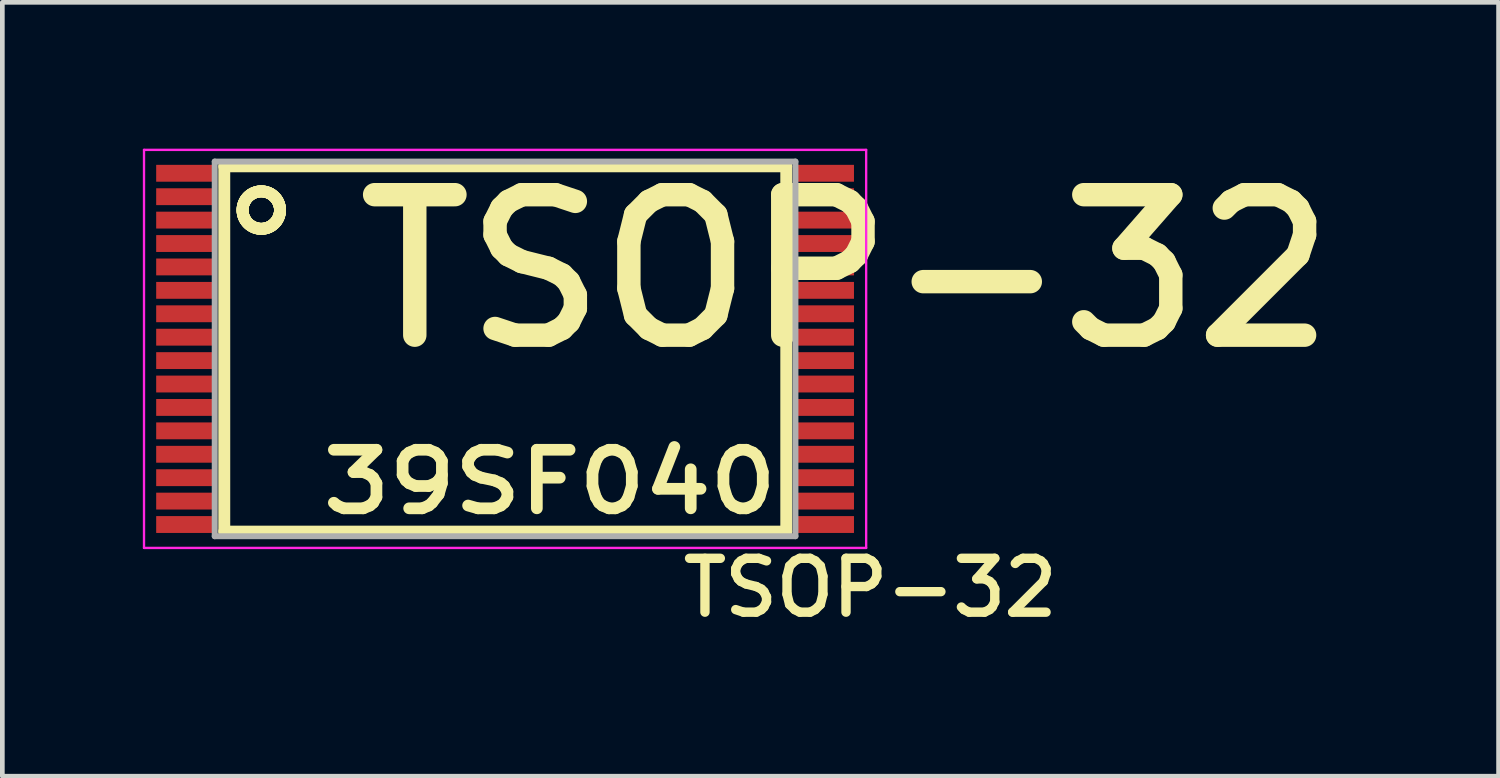
<source format=kicad_pcb>
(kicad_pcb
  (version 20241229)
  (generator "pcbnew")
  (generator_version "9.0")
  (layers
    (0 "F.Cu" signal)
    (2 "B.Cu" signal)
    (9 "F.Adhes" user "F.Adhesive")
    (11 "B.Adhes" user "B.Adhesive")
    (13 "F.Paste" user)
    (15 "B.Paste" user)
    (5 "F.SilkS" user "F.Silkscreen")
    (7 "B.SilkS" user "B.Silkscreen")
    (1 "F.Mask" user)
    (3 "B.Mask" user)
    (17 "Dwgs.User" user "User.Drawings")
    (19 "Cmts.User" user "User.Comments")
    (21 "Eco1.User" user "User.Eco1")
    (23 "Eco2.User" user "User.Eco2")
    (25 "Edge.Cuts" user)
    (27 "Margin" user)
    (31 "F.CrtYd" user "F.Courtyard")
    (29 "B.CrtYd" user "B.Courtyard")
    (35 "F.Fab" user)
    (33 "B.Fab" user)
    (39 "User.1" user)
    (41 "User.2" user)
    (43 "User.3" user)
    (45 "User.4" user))
  (footprint "TSOP-32"
    (layer "F.Cu")
    (at 7.735 4.4)
    (property "Reference" "TSOP-32" (at 7.8 5.1 0) (layer "F.SilkS") (effects (font (size 1.15 1.15) (thickness 0.2) (bold yes))))
    (property "Value" "TSOP-32" (at 5.397 5.08 0) (layer "F.Fab") (hide yes) (effects (font (size 1 1) (thickness 0.15))))
    (attr smd)
    (fp_line (start -5.996 3.901) (end -5.996 -3.899) (stroke (width 0.254) (type solid)) (layer "F.SilkS"))
    (fp_line (start -5.606 -2.97) (end -5.606 -2.983) (stroke (width 0.254) (type solid)) (layer "F.SilkS"))
    (fp_line (start -5.606 -2.958) (end -5.606 -2.97) (stroke (width 0.254) (type solid)) (layer "F.SilkS"))
    (fp_line (start -5.606 -2.983) (end -5.605 -2.996) (stroke (width 0.254) (type solid)) (layer "F.SilkS"))
    (fp_line (start -5.606 -2.945) (end -5.606 -2.958) (stroke (width 0.254) (type solid)) (layer "F.SilkS"))
    (fp_line (start -5.605 -2.996) (end -5.604 -3.008) (stroke (width 0.254) (type solid)) (layer "F.SilkS"))
    (fp_line (start -5.605 -2.933) (end -5.606 -2.945) (stroke (width 0.254) (type solid)) (layer "F.SilkS"))
    (fp_line (start -5.604 -3.008) (end -5.602 -3.021) (stroke (width 0.254) (type solid)) (layer "F.SilkS"))
    (fp_line (start -5.604 -2.92) (end -5.605 -2.933) (stroke (width 0.254) (type solid)) (layer "F.SilkS"))
    (fp_line (start -5.602 -3.021) (end -5.6 -3.033) (stroke (width 0.254) (type solid)) (layer "F.SilkS"))
    (fp_line (start -5.602 -2.908) (end -5.604 -2.92) (stroke (width 0.254) (type solid)) (layer "F.SilkS"))
    (fp_line (start -5.6 -3.033) (end -5.598 -3.046) (stroke (width 0.254) (type solid)) (layer "F.SilkS"))
    (fp_line (start -5.6 -2.895) (end -5.602 -2.908) (stroke (width 0.254) (type solid)) (layer "F.SilkS"))
    (fp_line (start -5.598 -3.046) (end -5.595 -3.058) (stroke (width 0.254) (type solid)) (layer "F.SilkS"))
    (fp_line (start -5.598 -2.883) (end -5.6 -2.895) (stroke (width 0.254) (type solid)) (layer "F.SilkS"))
    (fp_line (start -5.595 -3.058) (end -5.592 -3.07) (stroke (width 0.254) (type solid)) (layer "F.SilkS"))
    (fp_line (start -5.595 -2.87) (end -5.598 -2.883) (stroke (width 0.254) (type solid)) (layer "F.SilkS"))
    (fp_line (start -5.592 -3.07) (end -5.588 -3.082) (stroke (width 0.254) (type solid)) (layer "F.SilkS"))
    (fp_line (start -5.592 -2.858) (end -5.595 -2.87) (stroke (width 0.254) (type solid)) (layer "F.SilkS"))
    (fp_line (start -5.588 -3.082) (end -5.584 -3.094) (stroke (width 0.254) (type solid)) (layer "F.SilkS"))
    (fp_line (start -5.588 -2.846) (end -5.592 -2.858) (stroke (width 0.254) (type solid)) (layer "F.SilkS"))
    (fp_line (start -5.584 -3.094) (end -5.58 -3.106) (stroke (width 0.254) (type solid)) (layer "F.SilkS"))
    (fp_line (start -5.584 -2.834) (end -5.588 -2.846) (stroke (width 0.254) (type solid)) (layer "F.SilkS"))
    (fp_line (start -5.58 -3.106) (end -5.575 -3.118) (stroke (width 0.254) (type solid)) (layer "F.SilkS"))
    (fp_line (start -5.58 -2.822) (end -5.584 -2.834) (stroke (width 0.254) (type solid)) (layer "F.SilkS"))
    (fp_line (start -5.575 -3.118) (end -5.57 -3.13) (stroke (width 0.254) (type solid)) (layer "F.SilkS"))
    (fp_line (start -5.575 -2.81) (end -5.58 -2.822) (stroke (width 0.254) (type solid)) (layer "F.SilkS"))
    (fp_line (start -5.57 -3.13) (end -5.565 -3.141) (stroke (width 0.254) (type solid)) (layer "F.SilkS"))
    (fp_line (start -5.57 -2.799) (end -5.575 -2.81) (stroke (width 0.254) (type solid)) (layer "F.SilkS"))
    (fp_line (start -5.565 -3.141) (end -5.559 -3.152) (stroke (width 0.254) (type solid)) (layer "F.SilkS"))
    (fp_line (start -5.565 -2.787) (end -5.57 -2.799) (stroke (width 0.254) (type solid)) (layer "F.SilkS"))
    (fp_line (start -5.559 -3.152) (end -5.553 -3.163) (stroke (width 0.254) (type solid)) (layer "F.SilkS"))
    (fp_line (start -5.559 -2.776) (end -5.565 -2.787) (stroke (width 0.254) (type solid)) (layer "F.SilkS"))
    (fp_line (start -5.553 -3.163) (end -5.547 -3.174) (stroke (width 0.254) (type solid)) (layer "F.SilkS"))
    (fp_line (start -5.553 -2.765) (end -5.559 -2.776) (stroke (width 0.254) (type solid)) (layer "F.SilkS"))
    (fp_line (start -5.547 -3.174) (end -5.54 -3.185) (stroke (width 0.254) (type solid)) (layer "F.SilkS"))
    (fp_line (start -5.547 -2.754) (end -5.553 -2.765) (stroke (width 0.254) (type solid)) (layer "F.SilkS"))
    (fp_line (start -5.54 -3.185) (end -5.533 -3.195) (stroke (width 0.254) (type solid)) (layer "F.SilkS"))
    (fp_line (start -5.54 -2.744) (end -5.547 -2.754) (stroke (width 0.254) (type solid)) (layer "F.SilkS"))
    (fp_line (start -5.533 -3.195) (end -5.525 -3.205) (stroke (width 0.254) (type solid)) (layer "F.SilkS"))
    (fp_line (start -5.533 -2.733) (end -5.54 -2.744) (stroke (width 0.254) (type solid)) (layer "F.SilkS"))
    (fp_line (start -5.525 -3.205) (end -5.518 -3.215) (stroke (width 0.254) (type solid)) (layer "F.SilkS"))
    (fp_line (start -5.525 -2.723) (end -5.533 -2.733) (stroke (width 0.254) (type solid)) (layer "F.SilkS"))
    (fp_line (start -5.518 -3.215) (end -5.509 -3.225) (stroke (width 0.254) (type solid)) (layer "F.SilkS"))
    (fp_line (start -5.518 -2.713) (end -5.525 -2.723) (stroke (width 0.254) (type solid)) (layer "F.SilkS"))
    (fp_line (start -5.509 -3.225) (end -5.501 -3.235) (stroke (width 0.254) (type solid)) (layer "F.SilkS"))
    (fp_line (start -5.509 -2.703) (end -5.518 -2.713) (stroke (width 0.254) (type solid)) (layer "F.SilkS"))
    (fp_line (start -5.501 -3.235) (end -5.492 -3.244) (stroke (width 0.254) (type solid)) (layer "F.SilkS"))
    (fp_line (start -5.501 -2.694) (end -5.509 -2.703) (stroke (width 0.254) (type solid)) (layer "F.SilkS"))
    (fp_line (start -5.492 -3.244) (end -5.483 -3.253) (stroke (width 0.254) (type solid)) (layer "F.SilkS"))
    (fp_line (start -5.492 -2.685) (end -5.501 -2.694) (stroke (width 0.254) (type solid)) (layer "F.SilkS"))
    (fp_line (start -5.483 -3.253) (end -5.474 -3.261) (stroke (width 0.254) (type solid)) (layer "F.SilkS"))
    (fp_line (start -5.483 -2.676) (end -5.492 -2.685) (stroke (width 0.254) (type solid)) (layer "F.SilkS"))
    (fp_line (start -5.474 -3.261) (end -5.465 -3.269) (stroke (width 0.254) (type solid)) (layer "F.SilkS"))
    (fp_line (start -5.474 -2.667) (end -5.483 -2.676) (stroke (width 0.254) (type solid)) (layer "F.SilkS"))
    (fp_line (start -5.465 -3.269) (end -5.455 -3.277) (stroke (width 0.254) (type solid)) (layer "F.SilkS"))
    (fp_line (start -5.465 -2.659) (end -5.474 -2.667) (stroke (width 0.254) (type solid)) (layer "F.SilkS"))
    (fp_line (start -5.455 -3.277) (end -5.445 -3.285) (stroke (width 0.254) (type solid)) (layer "F.SilkS"))
    (fp_line (start -5.455 -2.651) (end -5.465 -2.659) (stroke (width 0.254) (type solid)) (layer "F.SilkS"))
    (fp_line (start -5.445 -3.285) (end -5.435 -3.293) (stroke (width 0.254) (type solid)) (layer "F.SilkS"))
    (fp_line (start -5.445 -2.643) (end -5.455 -2.651) (stroke (width 0.254) (type solid)) (layer "F.SilkS"))
    (fp_line (start -5.435 -3.293) (end -5.424 -3.3) (stroke (width 0.254) (type solid)) (layer "F.SilkS"))
    (fp_line (start -5.435 -2.636) (end -5.445 -2.643) (stroke (width 0.254) (type solid)) (layer "F.SilkS"))
    (fp_line (start -5.424 -3.3) (end -5.413 -3.306) (stroke (width 0.254) (type solid)) (layer "F.SilkS"))
    (fp_line (start -5.424 -2.629) (end -5.435 -2.636) (stroke (width 0.254) (type solid)) (layer "F.SilkS"))
    (fp_line (start -5.413 -3.306) (end -5.402 -3.313) (stroke (width 0.254) (type solid)) (layer "F.SilkS"))
    (fp_line (start -5.413 -2.622) (end -5.424 -2.629) (stroke (width 0.254) (type solid)) (layer "F.SilkS"))
    (fp_line (start -5.402 -3.313) (end -5.391 -3.319) (stroke (width 0.254) (type solid)) (layer "F.SilkS"))
    (fp_line (start -5.402 -2.616) (end -5.413 -2.622) (stroke (width 0.254) (type solid)) (layer "F.SilkS"))
    (fp_line (start -5.391 -3.319) (end -5.38 -3.324) (stroke (width 0.254) (type solid)) (layer "F.SilkS"))
    (fp_line (start -5.391 -2.61) (end -5.402 -2.616) (stroke (width 0.254) (type solid)) (layer "F.SilkS"))
    (fp_line (start -5.38 -3.324) (end -5.369 -3.33) (stroke (width 0.254) (type solid)) (layer "F.SilkS"))
    (fp_line (start -5.38 -2.604) (end -5.391 -2.61) (stroke (width 0.254) (type solid)) (layer "F.SilkS"))
    (fp_line (start -5.369 -3.33) (end -5.357 -3.335) (stroke (width 0.254) (type solid)) (layer "F.SilkS"))
    (fp_line (start -5.369 -2.599) (end -5.38 -2.604) (stroke (width 0.254) (type solid)) (layer "F.SilkS"))
    (fp_line (start -5.357 -3.335) (end -5.345 -3.339) (stroke (width 0.254) (type solid)) (layer "F.SilkS"))
    (fp_line (start -5.357 -2.594) (end -5.369 -2.599) (stroke (width 0.254) (type solid)) (layer "F.SilkS"))
    (fp_line (start -5.345 -3.339) (end -5.333 -3.343) (stroke (width 0.254) (type solid)) (layer "F.SilkS"))
    (fp_line (start -5.345 -2.589) (end -5.357 -2.594) (stroke (width 0.254) (type solid)) (layer "F.SilkS"))
    (fp_line (start -5.333 -3.343) (end -5.321 -3.347) (stroke (width 0.254) (type solid)) (layer "F.SilkS"))
    (fp_line (start -5.333 -2.585) (end -5.345 -2.589) (stroke (width 0.254) (type solid)) (layer "F.SilkS"))
    (fp_line (start -5.321 -3.347) (end -5.309 -3.351) (stroke (width 0.254) (type solid)) (layer "F.SilkS"))
    (fp_line (start -5.321 -2.581) (end -5.333 -2.585) (stroke (width 0.254) (type solid)) (layer "F.SilkS"))
    (fp_line (start -5.309 -3.351) (end -5.297 -3.354) (stroke (width 0.254) (type solid)) (layer "F.SilkS"))
    (fp_line (start -5.309 -2.578) (end -5.321 -2.581) (stroke (width 0.254) (type solid)) (layer "F.SilkS"))
    (fp_line (start -5.297 -3.354) (end -5.285 -3.356) (stroke (width 0.254) (type solid)) (layer "F.SilkS"))
    (fp_line (start -5.297 -2.575) (end -5.309 -2.578) (stroke (width 0.254) (type solid)) (layer "F.SilkS"))
    (fp_line (start -5.285 -3.356) (end -5.272 -3.359) (stroke (width 0.254) (type solid)) (layer "F.SilkS"))
    (fp_line (start -5.285 -2.572) (end -5.297 -2.575) (stroke (width 0.254) (type solid)) (layer "F.SilkS"))
    (fp_line (start -5.272 -3.359) (end -5.26 -3.361) (stroke (width 0.254) (type solid)) (layer "F.SilkS"))
    (fp_line (start -5.272 -2.57) (end -5.285 -2.572) (stroke (width 0.254) (type solid)) (layer "F.SilkS"))
    (fp_line (start -5.26 -3.361) (end -5.247 -3.362) (stroke (width 0.254) (type solid)) (layer "F.SilkS"))
    (fp_line (start -5.26 -2.568) (end -5.272 -2.57) (stroke (width 0.254) (type solid)) (layer "F.SilkS"))
    (fp_line (start -5.247 -3.362) (end -5.235 -3.363) (stroke (width 0.254) (type solid)) (layer "F.SilkS"))
    (fp_line (start -5.247 -2.566) (end -5.26 -2.568) (stroke (width 0.254) (type solid)) (layer "F.SilkS"))
    (fp_line (start -5.235 -3.363) (end -5.222 -3.364) (stroke (width 0.254) (type solid)) (layer "F.SilkS"))
    (fp_line (start -5.235 -2.565) (end -5.247 -2.566) (stroke (width 0.254) (type solid)) (layer "F.SilkS"))
    (fp_line (start -5.222 -3.364) (end -5.209 -3.364) (stroke (width 0.254) (type solid)) (layer "F.SilkS"))
    (fp_line (start -5.222 -2.564) (end -5.235 -2.565) (stroke (width 0.254) (type solid)) (layer "F.SilkS"))
    (fp_line (start -5.209 -3.364) (end -5.197 -3.364) (stroke (width 0.254) (type solid)) (layer "F.SilkS"))
    (fp_line (start -5.209 -2.564) (end -5.222 -2.564) (stroke (width 0.254) (type solid)) (layer "F.SilkS"))
    (fp_line (start -5.197 -3.364) (end -5.184 -3.364) (stroke (width 0.254) (type solid)) (layer "F.SilkS"))
    (fp_line (start -5.197 -2.564) (end -5.209 -2.564) (stroke (width 0.254) (type solid)) (layer "F.SilkS"))
    (fp_line (start -5.184 -3.364) (end -5.171 -3.363) (stroke (width 0.254) (type solid)) (layer "F.SilkS"))
    (fp_line (start -5.184 -2.565) (end -5.197 -2.564) (stroke (width 0.254) (type solid)) (layer "F.SilkS"))
    (fp_line (start -5.171 -3.363) (end -5.159 -3.361) (stroke (width 0.254) (type solid)) (layer "F.SilkS"))
    (fp_line (start -5.171 -2.566) (end -5.184 -2.565) (stroke (width 0.254) (type solid)) (layer "F.SilkS"))
    (fp_line (start -5.159 -3.361) (end -5.146 -3.36) (stroke (width 0.254) (type solid)) (layer "F.SilkS"))
    (fp_line (start -5.159 -2.567) (end -5.171 -2.566) (stroke (width 0.254) (type solid)) (layer "F.SilkS"))
    (fp_line (start -5.146 -3.36) (end -5.134 -3.358) (stroke (width 0.254) (type solid)) (layer "F.SilkS"))
    (fp_line (start -5.146 -2.569) (end -5.159 -2.567) (stroke (width 0.254) (type solid)) (layer "F.SilkS"))
    (fp_line (start -5.134 -3.358) (end -5.122 -3.355) (stroke (width 0.254) (type solid)) (layer "F.SilkS"))
    (fp_line (start -5.134 -2.571) (end -5.146 -2.569) (stroke (width 0.254) (type solid)) (layer "F.SilkS"))
    (fp_line (start -5.122 -3.355) (end -5.109 -3.352) (stroke (width 0.254) (type solid)) (layer "F.SilkS"))
    (fp_line (start -5.122 -2.573) (end -5.134 -2.571) (stroke (width 0.254) (type solid)) (layer "F.SilkS"))
    (fp_line (start -5.109 -3.352) (end -5.097 -3.349) (stroke (width 0.254) (type solid)) (layer "F.SilkS"))
    (fp_line (start -5.109 -2.576) (end -5.122 -2.573) (stroke (width 0.254) (type solid)) (layer "F.SilkS"))
    (fp_line (start -5.097 -3.349) (end -5.085 -3.345) (stroke (width 0.254) (type solid)) (layer "F.SilkS"))
    (fp_line (start -5.097 -2.579) (end -5.109 -2.576) (stroke (width 0.254) (type solid)) (layer "F.SilkS"))
    (fp_line (start -5.085 -3.345) (end -5.073 -3.341) (stroke (width 0.254) (type solid)) (layer "F.SilkS"))
    (fp_line (start -5.085 -2.583) (end -5.097 -2.579) (stroke (width 0.254) (type solid)) (layer "F.SilkS"))
    (fp_line (start -5.073 -3.341) (end -5.061 -3.337) (stroke (width 0.254) (type solid)) (layer "F.SilkS"))
    (fp_line (start -5.073 -2.587) (end -5.085 -2.583) (stroke (width 0.254) (type solid)) (layer "F.SilkS"))
    (fp_line (start -5.061 -3.337) (end -5.05 -3.332) (stroke (width 0.254) (type solid)) (layer "F.SilkS"))
    (fp_line (start -5.061 -2.591) (end -5.073 -2.587) (stroke (width 0.254) (type solid)) (layer "F.SilkS"))
    (fp_line (start -5.05 -3.332) (end -5.038 -3.327) (stroke (width 0.254) (type solid)) (layer "F.SilkS"))
    (fp_line (start -5.05 -2.596) (end -5.061 -2.591) (stroke (width 0.254) (type solid)) (layer "F.SilkS"))
    (fp_line (start -5.038 -3.327) (end -5.027 -3.322) (stroke (width 0.254) (type solid)) (layer "F.SilkS"))
    (fp_line (start -5.038 -2.601) (end -5.05 -2.596) (stroke (width 0.254) (type solid)) (layer "F.SilkS"))
    (fp_line (start -5.027 -3.322) (end -5.015 -3.316) (stroke (width 0.254) (type solid)) (layer "F.SilkS"))
    (fp_line (start -5.027 -2.607) (end -5.038 -2.601) (stroke (width 0.254) (type solid)) (layer "F.SilkS"))
    (fp_line (start -5.015 -3.316) (end -5.004 -3.31) (stroke (width 0.254) (type solid)) (layer "F.SilkS"))
    (fp_line (start -5.015 -2.613) (end -5.027 -2.607) (stroke (width 0.254) (type solid)) (layer "F.SilkS"))
    (fp_line (start -5.004 -3.31) (end -4.994 -3.303) (stroke (width 0.254) (type solid)) (layer "F.SilkS"))
    (fp_line (start -5.004 -2.619) (end -5.015 -2.613) (stroke (width 0.254) (type solid)) (layer "F.SilkS"))
    (fp_line (start -4.994 -3.303) (end -4.983 -3.296) (stroke (width 0.254) (type solid)) (layer "F.SilkS"))
    (fp_line (start -4.994 -2.625) (end -5.004 -2.619) (stroke (width 0.254) (type solid)) (layer "F.SilkS"))
    (fp_line (start -4.983 -3.296) (end -4.973 -3.289) (stroke (width 0.254) (type solid)) (layer "F.SilkS"))
    (fp_line (start -4.983 -2.632) (end -4.994 -2.625) (stroke (width 0.254) (type solid)) (layer "F.SilkS"))
    (fp_line (start -4.973 -3.289) (end -4.963 -3.281) (stroke (width 0.254) (type solid)) (layer "F.SilkS"))
    (fp_line (start -4.973 -2.639) (end -4.983 -2.632) (stroke (width 0.254) (type solid)) (layer "F.SilkS"))
    (fp_line (start -4.963 -3.281) (end -4.953 -3.273) (stroke (width 0.254) (type solid)) (layer "F.SilkS"))
    (fp_line (start -4.963 -2.647) (end -4.973 -2.639) (stroke (width 0.254) (type solid)) (layer "F.SilkS"))
    (fp_line (start -4.953 -3.273) (end -4.943 -3.265) (stroke (width 0.254) (type solid)) (layer "F.SilkS"))
    (fp_line (start -4.953 -2.655) (end -4.963 -2.647) (stroke (width 0.254) (type solid)) (layer "F.SilkS"))
    (fp_line (start -4.943 -3.265) (end -4.934 -3.257) (stroke (width 0.254) (type solid)) (layer "F.SilkS"))
    (fp_line (start -4.943 -2.663) (end -4.953 -2.655) (stroke (width 0.254) (type solid)) (layer "F.SilkS"))
    (fp_line (start -4.934 -3.257) (end -4.925 -3.248) (stroke (width 0.254) (type solid)) (layer "F.SilkS"))
    (fp_line (start -4.934 -2.671) (end -4.943 -2.663) (stroke (width 0.254) (type solid)) (layer "F.SilkS"))
    (fp_line (start -4.925 -3.248) (end -4.916 -3.239) (stroke (width 0.254) (type solid)) (layer "F.SilkS"))
    (fp_line (start -4.925 -2.68) (end -4.934 -2.671) (stroke (width 0.254) (type solid)) (layer "F.SilkS"))
    (fp_line (start -4.916 -3.239) (end -4.907 -3.23) (stroke (width 0.254) (type solid)) (layer "F.SilkS"))
    (fp_line (start -4.916 -2.689) (end -4.925 -2.68) (stroke (width 0.254) (type solid)) (layer "F.SilkS"))
    (fp_line (start -4.907 -3.23) (end -4.899 -3.22) (stroke (width 0.254) (type solid)) (layer "F.SilkS"))
    (fp_line (start -4.907 -2.699) (end -4.916 -2.689) (stroke (width 0.254) (type solid)) (layer "F.SilkS"))
    (fp_line (start -4.899 -3.22) (end -4.891 -3.21) (stroke (width 0.254) (type solid)) (layer "F.SilkS"))
    (fp_line (start -4.899 -2.708) (end -4.907 -2.699) (stroke (width 0.254) (type solid)) (layer "F.SilkS"))
    (fp_line (start -4.891 -3.21) (end -4.883 -3.2) (stroke (width 0.254) (type solid)) (layer "F.SilkS"))
    (fp_line (start -4.891 -2.718) (end -4.899 -2.708) (stroke (width 0.254) (type solid)) (layer "F.SilkS"))
    (fp_line (start -4.883 -3.2) (end -4.876 -3.19) (stroke (width 0.254) (type solid)) (layer "F.SilkS"))
    (fp_line (start -4.883 -2.728) (end -4.891 -2.718) (stroke (width 0.254) (type solid)) (layer "F.SilkS"))
    (fp_line (start -4.876 -3.19) (end -4.869 -3.179) (stroke (width 0.254) (type solid)) (layer "F.SilkS"))
    (fp_line (start -4.876 -2.738) (end -4.883 -2.728) (stroke (width 0.254) (type solid)) (layer "F.SilkS"))
    (fp_line (start -4.869 -3.179) (end -4.862 -3.169) (stroke (width 0.254) (type solid)) (layer "F.SilkS"))
    (fp_line (start -4.869 -2.749) (end -4.876 -2.738) (stroke (width 0.254) (type solid)) (layer "F.SilkS"))
    (fp_line (start -4.862 -3.169) (end -4.856 -3.158) (stroke (width 0.254) (type solid)) (layer "F.SilkS"))
    (fp_line (start -4.862 -2.76) (end -4.869 -2.749) (stroke (width 0.254) (type solid)) (layer "F.SilkS"))
    (fp_line (start -4.856 -3.158) (end -4.85 -3.147) (stroke (width 0.254) (type solid)) (layer "F.SilkS"))
    (fp_line (start -4.856 -2.771) (end -4.862 -2.76) (stroke (width 0.254) (type solid)) (layer "F.SilkS"))
    (fp_line (start -4.85 -3.147) (end -4.845 -3.135) (stroke (width 0.254) (type solid)) (layer "F.SilkS"))
    (fp_line (start -4.85 -2.782) (end -4.856 -2.771) (stroke (width 0.254) (type solid)) (layer "F.SilkS"))
    (fp_line (start -4.845 -3.135) (end -4.839 -3.124) (stroke (width 0.254) (type solid)) (layer "F.SilkS"))
    (fp_line (start -4.845 -2.793) (end -4.85 -2.782) (stroke (width 0.254) (type solid)) (layer "F.SilkS"))
    (fp_line (start -4.839 -3.124) (end -4.835 -3.112) (stroke (width 0.254) (type solid)) (layer "F.SilkS"))
    (fp_line (start -4.839 -2.805) (end -4.845 -2.793) (stroke (width 0.254) (type solid)) (layer "F.SilkS"))
    (fp_line (start -4.835 -3.112) (end -4.83 -3.1) (stroke (width 0.254) (type solid)) (layer "F.SilkS"))
    (fp_line (start -4.835 -2.816) (end -4.839 -2.805) (stroke (width 0.254) (type solid)) (layer "F.SilkS"))
    (fp_line (start -4.83 -3.1) (end -4.826 -3.088) (stroke (width 0.254) (type solid)) (layer "F.SilkS"))
    (fp_line (start -4.83 -2.828) (end -4.835 -2.816) (stroke (width 0.254) (type solid)) (layer "F.SilkS"))
    (fp_line (start -4.826 -3.088) (end -4.822 -3.076) (stroke (width 0.254) (type solid)) (layer "F.SilkS"))
    (fp_line (start -4.826 -2.84) (end -4.83 -2.828) (stroke (width 0.254) (type solid)) (layer "F.SilkS"))
    (fp_line (start -4.822 -3.076) (end -4.819 -3.064) (stroke (width 0.254) (type solid)) (layer "F.SilkS"))
    (fp_line (start -4.822 -2.852) (end -4.826 -2.84) (stroke (width 0.254) (type solid)) (layer "F.SilkS"))
    (fp_line (start -4.819 -3.064) (end -4.816 -3.052) (stroke (width 0.254) (type solid)) (layer "F.SilkS"))
    (fp_line (start -4.819 -2.864) (end -4.822 -2.852) (stroke (width 0.254) (type solid)) (layer "F.SilkS"))
    (fp_line (start -4.816 -3.052) (end -4.813 -3.039) (stroke (width 0.254) (type solid)) (layer "F.SilkS"))
    (fp_line (start -4.816 -2.877) (end -4.819 -2.864) (stroke (width 0.254) (type solid)) (layer "F.SilkS"))
    (fp_line (start -4.813 -3.039) (end -4.811 -3.027) (stroke (width 0.254) (type solid)) (layer "F.SilkS"))
    (fp_line (start -4.813 -2.889) (end -4.816 -2.877) (stroke (width 0.254) (type solid)) (layer "F.SilkS"))
    (fp_line (start -4.811 -3.027) (end -4.809 -3.015) (stroke (width 0.254) (type solid)) (layer "F.SilkS"))
    (fp_line (start -4.811 -2.901) (end -4.813 -2.889) (stroke (width 0.254) (type solid)) (layer "F.SilkS"))
    (fp_line (start -4.809 -3.015) (end -4.808 -3.002) (stroke (width 0.254) (type solid)) (layer "F.SilkS"))
    (fp_line (start -4.809 -2.914) (end -4.811 -2.901) (stroke (width 0.254) (type solid)) (layer "F.SilkS"))
    (fp_line (start -4.808 -3.002) (end -4.807 -2.989) (stroke (width 0.254) (type solid)) (layer "F.SilkS"))
    (fp_line (start -4.808 -2.926) (end -4.809 -2.914) (stroke (width 0.254) (type solid)) (layer "F.SilkS"))
    (fp_line (start -4.807 -2.989) (end -4.806 -2.977) (stroke (width 0.254) (type solid)) (layer "F.SilkS"))
    (fp_line (start -4.807 -2.939) (end -4.808 -2.926) (stroke (width 0.254) (type solid)) (layer "F.SilkS"))
    (fp_line (start -4.806 -2.977) (end -4.806 -2.964) (stroke (width 0.254) (type solid)) (layer "F.SilkS"))
    (fp_line (start -4.806 -2.952) (end -4.807 -2.939) (stroke (width 0.254) (type solid)) (layer "F.SilkS"))
    (fp_line (start -4.806 -2.964) (end -4.806 -2.952) (stroke (width 0.254) (type solid)) (layer "F.SilkS"))
    (fp_line (start 6.004 -3.899) (end -5.996 -3.899) (stroke (width 0.254) (type solid)) (layer "F.SilkS"))
    (fp_line (start 6.004 -3.899) (end 6.004 3.901) (stroke (width 0.254) (type solid)) (layer "F.SilkS"))
    (fp_line (start 6.004 3.901) (end -5.996 3.901) (stroke (width 0.254) (type solid)) (layer "F.SilkS"))
    (fp_line (start -7.71 -4.25) (end -7.71 4.25) (stroke (width 0.05) (type solid)) (layer "F.CrtYd"))
    (fp_line (start -7.71 -4.25) (end 7.71 -4.25) (stroke (width 0.05) (type solid)) (layer "F.CrtYd"))
    (fp_line (start -7.71 4.25) (end 7.71 4.25) (stroke (width 0.05) (type solid)) (layer "F.CrtYd"))
    (fp_line (start 7.71 -4.25) (end 7.71 4.25) (stroke (width 0.05) (type solid)) (layer "F.CrtYd"))
    (fp_line (start -6.2 -4) (end -6.2 4) (stroke (width 0.127) (type solid)) (layer "F.Fab"))
    (fp_line (start -6.2 -4) (end 6.2 -4) (stroke (width 0.127) (type solid)) (layer "F.Fab"))
    (fp_line (start -6.2 4) (end 6.2 4) (stroke (width 0.127) (type solid)) (layer "F.Fab"))
    (fp_line (start 6.2 -4) (end 6.2 4) (stroke (width 0.127) (type solid)) (layer "F.Fab"))
    (fp_text user "39SF040" (at -4.03 3.57 0) (unlocked yes) (layer "F.SilkS") (effects (font (size 1.25 1.468) (thickness 0.25) (bold yes)) (justify left bottom)))
    (fp_text user "${VALUE}" (at -3.4 0.1 0) (unlocked yes) (layer "F.SilkS") (effects (font (size 3 3) (thickness 0.5) (bold yes)) (justify left bottom)))
    (pad "1" smd rect (at -6.85 -3.75) (size 1.2 0.36) (layers "F.Cu" "F.Mask" "F.Paste"))
    (pad "2" smd rect (at -6.85 -3.25) (size 1.2 0.36) (layers "F.Cu" "F.Mask" "F.Paste"))
    (pad "3" smd rect (at -6.85 -2.75) (size 1.2 0.36) (layers "F.Cu" "F.Mask" "F.Paste"))
    (pad "4" smd rect (at -6.85 -2.25) (size 1.2 0.36) (layers "F.Cu" "F.Mask" "F.Paste"))
    (pad "5" smd rect (at -6.85 -1.75) (size 1.2 0.36) (layers "F.Cu" "F.Mask" "F.Paste"))
    (pad "6" smd rect (at -6.85 -1.25) (size 1.2 0.36) (layers "F.Cu" "F.Mask" "F.Paste"))
    (pad "7" smd rect (at -6.85 -0.75) (size 1.2 0.36) (layers "F.Cu" "F.Mask" "F.Paste"))
    (pad "8" smd rect (at -6.85 -0.25) (size 1.2 0.36) (layers "F.Cu" "F.Mask" "F.Paste"))
    (pad "9" smd rect (at -6.85 0.25) (size 1.2 0.36) (layers "F.Cu" "F.Mask" "F.Paste"))
    (pad "10" smd rect (at -6.85 0.75) (size 1.2 0.36) (layers "F.Cu" "F.Mask" "F.Paste"))
    (pad "11" smd rect (at -6.85 1.25) (size 1.2 0.36) (layers "F.Cu" "F.Mask" "F.Paste"))
    (pad "12" smd rect (at -6.85 1.75) (size 1.2 0.36) (layers "F.Cu" "F.Mask" "F.Paste"))
    (pad "13" smd rect (at -6.85 2.25) (size 1.2 0.36) (layers "F.Cu" "F.Mask" "F.Paste"))
    (pad "14" smd rect (at -6.85 2.75) (size 1.2 0.36) (layers "F.Cu" "F.Mask" "F.Paste"))
    (pad "15" smd rect (at -6.85 3.25) (size 1.2 0.36) (layers "F.Cu" "F.Mask" "F.Paste"))
    (pad "16" smd rect (at -6.85 3.75) (size 1.2 0.36) (layers "F.Cu" "F.Mask" "F.Paste"))
    (pad "17" smd rect (at 6.85 3.75) (size 1.2 0.36) (layers "F.Cu" "F.Mask" "F.Paste"))
    (pad "18" smd rect (at 6.85 3.25) (size 1.2 0.36) (layers "F.Cu" "F.Mask" "F.Paste"))
    (pad "19" smd rect (at 6.85 2.75) (size 1.2 0.36) (layers "F.Cu" "F.Mask" "F.Paste"))
    (pad "20" smd rect (at 6.85 2.25) (size 1.2 0.36) (layers "F.Cu" "F.Mask" "F.Paste"))
    (pad "21" smd rect (at 6.85 1.75) (size 1.2 0.36) (layers "F.Cu" "F.Mask" "F.Paste"))
    (pad "22" smd rect (at 6.85 1.25) (size 1.2 0.36) (layers "F.Cu" "F.Mask" "F.Paste"))
    (pad "23" smd rect (at 6.85 0.75) (size 1.2 0.36) (layers "F.Cu" "F.Mask" "F.Paste"))
    (pad "24" smd rect (at 6.85 0.25) (size 1.2 0.36) (layers "F.Cu" "F.Mask" "F.Paste"))
    (pad "25" smd rect (at 6.85 -0.25) (size 1.2 0.36) (layers "F.Cu" "F.Mask" "F.Paste"))
    (pad "26" smd rect (at 6.85 -0.75) (size 1.2 0.36) (layers "F.Cu" "F.Mask" "F.Paste"))
    (pad "27" smd rect (at 6.85 -1.25) (size 1.2 0.36) (layers "F.Cu" "F.Mask" "F.Paste"))
    (pad "28" smd rect (at 6.85 -1.75) (size 1.2 0.36) (layers "F.Cu" "F.Mask" "F.Paste"))
    (pad "29" smd rect (at 6.85 -2.25) (size 1.2 0.36) (layers "F.Cu" "F.Mask" "F.Paste"))
    (pad "30" smd rect (at 6.85 -2.75) (size 1.2 0.36) (layers "F.Cu" "F.Mask" "F.Paste"))
    (pad "31" smd rect (at 6.85 -3.25) (size 1.2 0.36) (layers "F.Cu" "F.Mask" "F.Paste"))
    (pad "32" smd rect (at 6.85 -3.75) (size 1.2 0.36) (layers "F.Cu" "F.Mask" "F.Paste")))
  (gr_rect
    (start -3 -3)
    (end 28.949 13.524)
    (stroke (width 0.1) (type default))
    (fill no)
    (layer "Edge.Cuts")))
</source>
